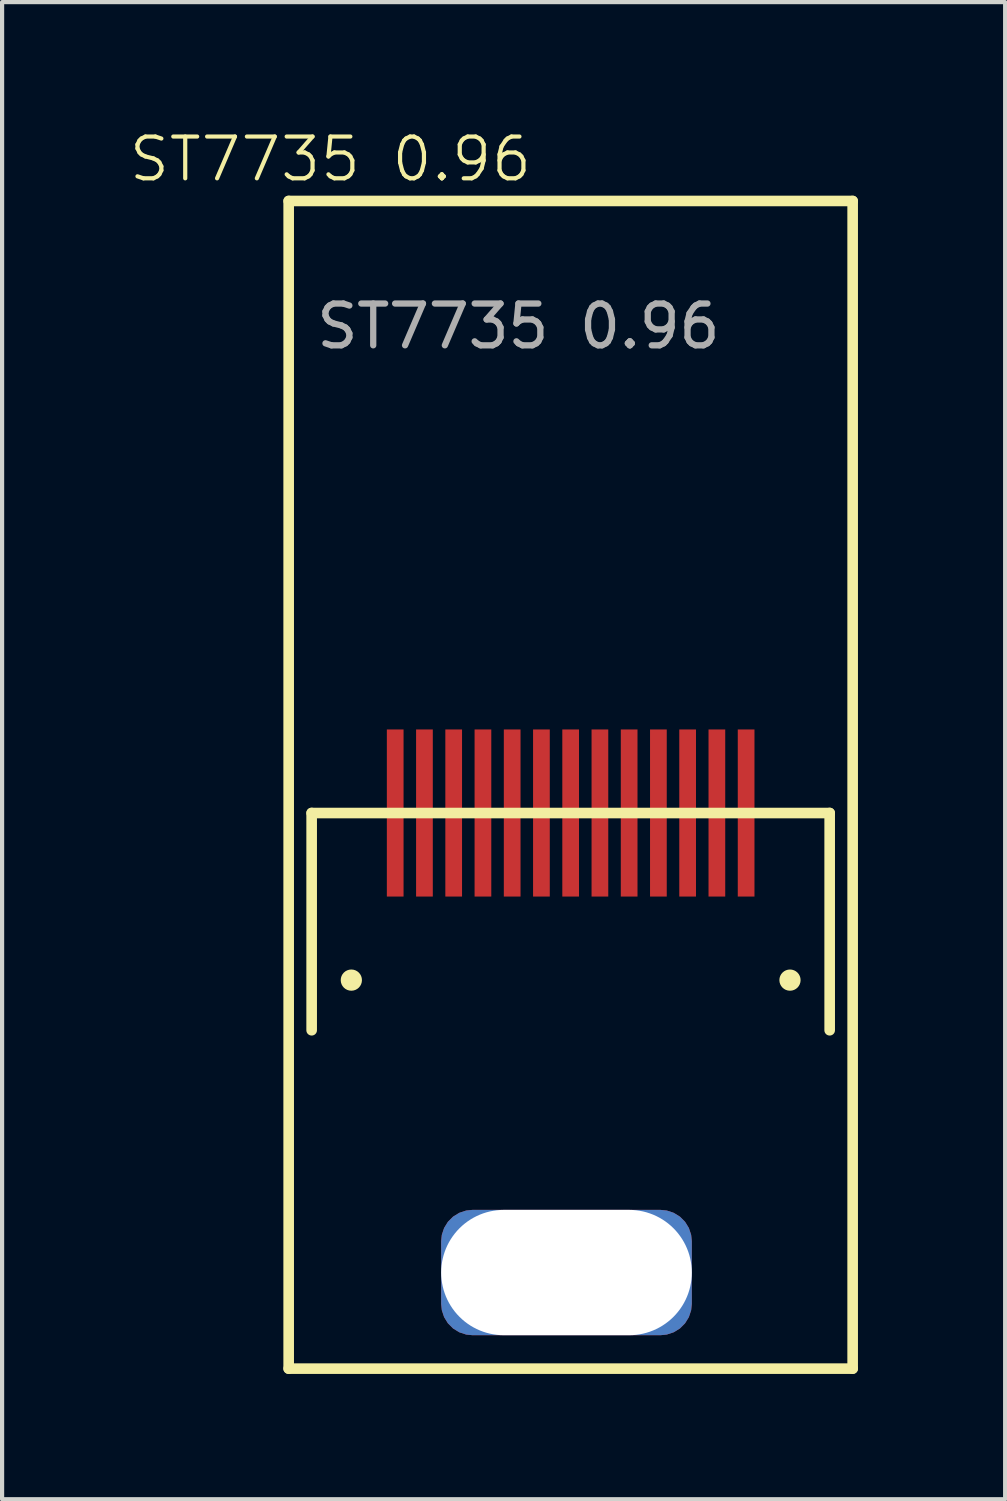
<source format=kicad_pcb>
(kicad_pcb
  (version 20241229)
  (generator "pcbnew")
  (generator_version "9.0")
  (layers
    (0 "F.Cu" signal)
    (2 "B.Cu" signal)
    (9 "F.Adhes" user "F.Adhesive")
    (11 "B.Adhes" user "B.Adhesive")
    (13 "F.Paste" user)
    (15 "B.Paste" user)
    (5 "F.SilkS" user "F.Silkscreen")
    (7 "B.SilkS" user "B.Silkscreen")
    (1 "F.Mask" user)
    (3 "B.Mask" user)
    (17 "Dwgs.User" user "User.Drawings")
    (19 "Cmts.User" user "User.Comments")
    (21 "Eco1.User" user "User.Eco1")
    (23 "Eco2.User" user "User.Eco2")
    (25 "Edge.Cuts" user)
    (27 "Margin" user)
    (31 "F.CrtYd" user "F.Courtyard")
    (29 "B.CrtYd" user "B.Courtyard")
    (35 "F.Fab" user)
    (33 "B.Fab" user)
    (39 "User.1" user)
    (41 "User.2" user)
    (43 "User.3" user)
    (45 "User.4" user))
  (footprint "ST7735 0.96"
    (layer "F.Cu")
    (at 4.01 1.911)
    (property "Reference" "ST7735 0.96" (at 0.85 -1.15 0) (unlocked yes) (layer "F.SilkS") (effects (font (size 1 1) (thickness 0.1))))
    (attr smd)
    (fp_line (start -0.15 -0.15) (end 13.35 -0.15) (stroke (width 0.254) (type default)) (layer "F.SilkS"))
    (fp_line (start -0.15 27.8) (end -0.15 -0.15) (stroke (width 0.254) (type default)) (layer "F.SilkS"))
    (fp_line (start 0.4 14.5) (end 0.4 19.7) (stroke (width 0.254) (type default)) (layer "F.SilkS"))
    (fp_line (start 0.4 14.5) (end 12.8 14.5) (stroke (width 0.254) (type default)) (layer "F.SilkS"))
    (fp_line (start 12.8 14.5) (end 12.8 19.7) (stroke (width 0.254) (type default)) (layer "F.SilkS"))
    (fp_line (start 13.35 -0.15) (end 13.35 27.8) (stroke (width 0.254) (type default)) (layer "F.SilkS"))
    (fp_line (start 13.35 27.8) (end -0.15 27.8) (stroke (width 0.254) (type default)) (layer "F.SilkS"))
    (fp_circle (center 1.35 18.5) (end 1.477 18.5) (stroke (width 0.254) (type default)) (fill no) (layer "F.SilkS"))
    (fp_circle (center 11.85 18.5) (end 11.977 18.5) (stroke (width 0.254) (type default)) (fill no) (layer "F.SilkS"))
    (fp_text user "${REFERENCE}" (at 5.35 2.85 0) (unlocked yes) (layer "F.Fab") (effects (font (size 1 1) (thickness 0.15))))
    (pad "" np_thru_hole roundrect (at 6.5 25.5) (size 6 3) (drill oval 15 3) (layers "*.Cu" "F.Mask" "F.Paste") (roundrect_rratio 0.25))
    (pad "1" smd rect (at 2.4 14.5) (size 0.4 4) (layers "F.Cu" "F.Mask" "F.Paste"))
    (pad "2" smd rect (at 3.1 14.5) (size 0.4 4) (layers "F.Cu" "F.Mask" "F.Paste"))
    (pad "3" smd rect (at 3.8 14.5) (size 0.4 4) (layers "F.Cu" "F.Mask" "F.Paste"))
    (pad "4" smd rect (at 4.5 14.5) (size 0.4 4) (layers "F.Cu" "F.Mask" "F.Paste"))
    (pad "5" smd rect (at 5.2 14.5) (size 0.4 4) (layers "F.Cu" "F.Mask" "F.Paste"))
    (pad "6" smd rect (at 5.9 14.5) (size 0.4 4) (layers "F.Cu" "F.Mask" "F.Paste"))
    (pad "7" smd rect (at 6.6 14.5) (size 0.4 4) (layers "F.Cu" "F.Mask" "F.Paste"))
    (pad "8" smd rect (at 7.3 14.5) (size 0.4 4) (layers "F.Cu" "F.Mask" "F.Paste"))
    (pad "9" smd rect (at 8 14.5) (size 0.4 4) (layers "F.Cu" "F.Mask" "F.Paste"))
    (pad "10" smd rect (at 8.7 14.5) (size 0.4 4) (layers "F.Cu" "F.Mask" "F.Paste"))
    (pad "11" smd rect (at 9.4 14.5) (size 0.4 4) (layers "F.Cu" "F.Mask" "F.Paste"))
    (pad "12" smd rect (at 10.1 14.5) (size 0.4 4) (layers "F.Cu" "F.Mask" "F.Paste"))
    (pad "13" smd rect (at 10.8 14.5) (size 0.4 4) (layers "F.Cu" "F.Mask" "F.Paste")))
  (gr_rect
    (start -3 -3)
    (end 21.01 32.837)
    (stroke (width 0.1) (type default))
    (fill no)
    (layer "Edge.Cuts")))
</source>
